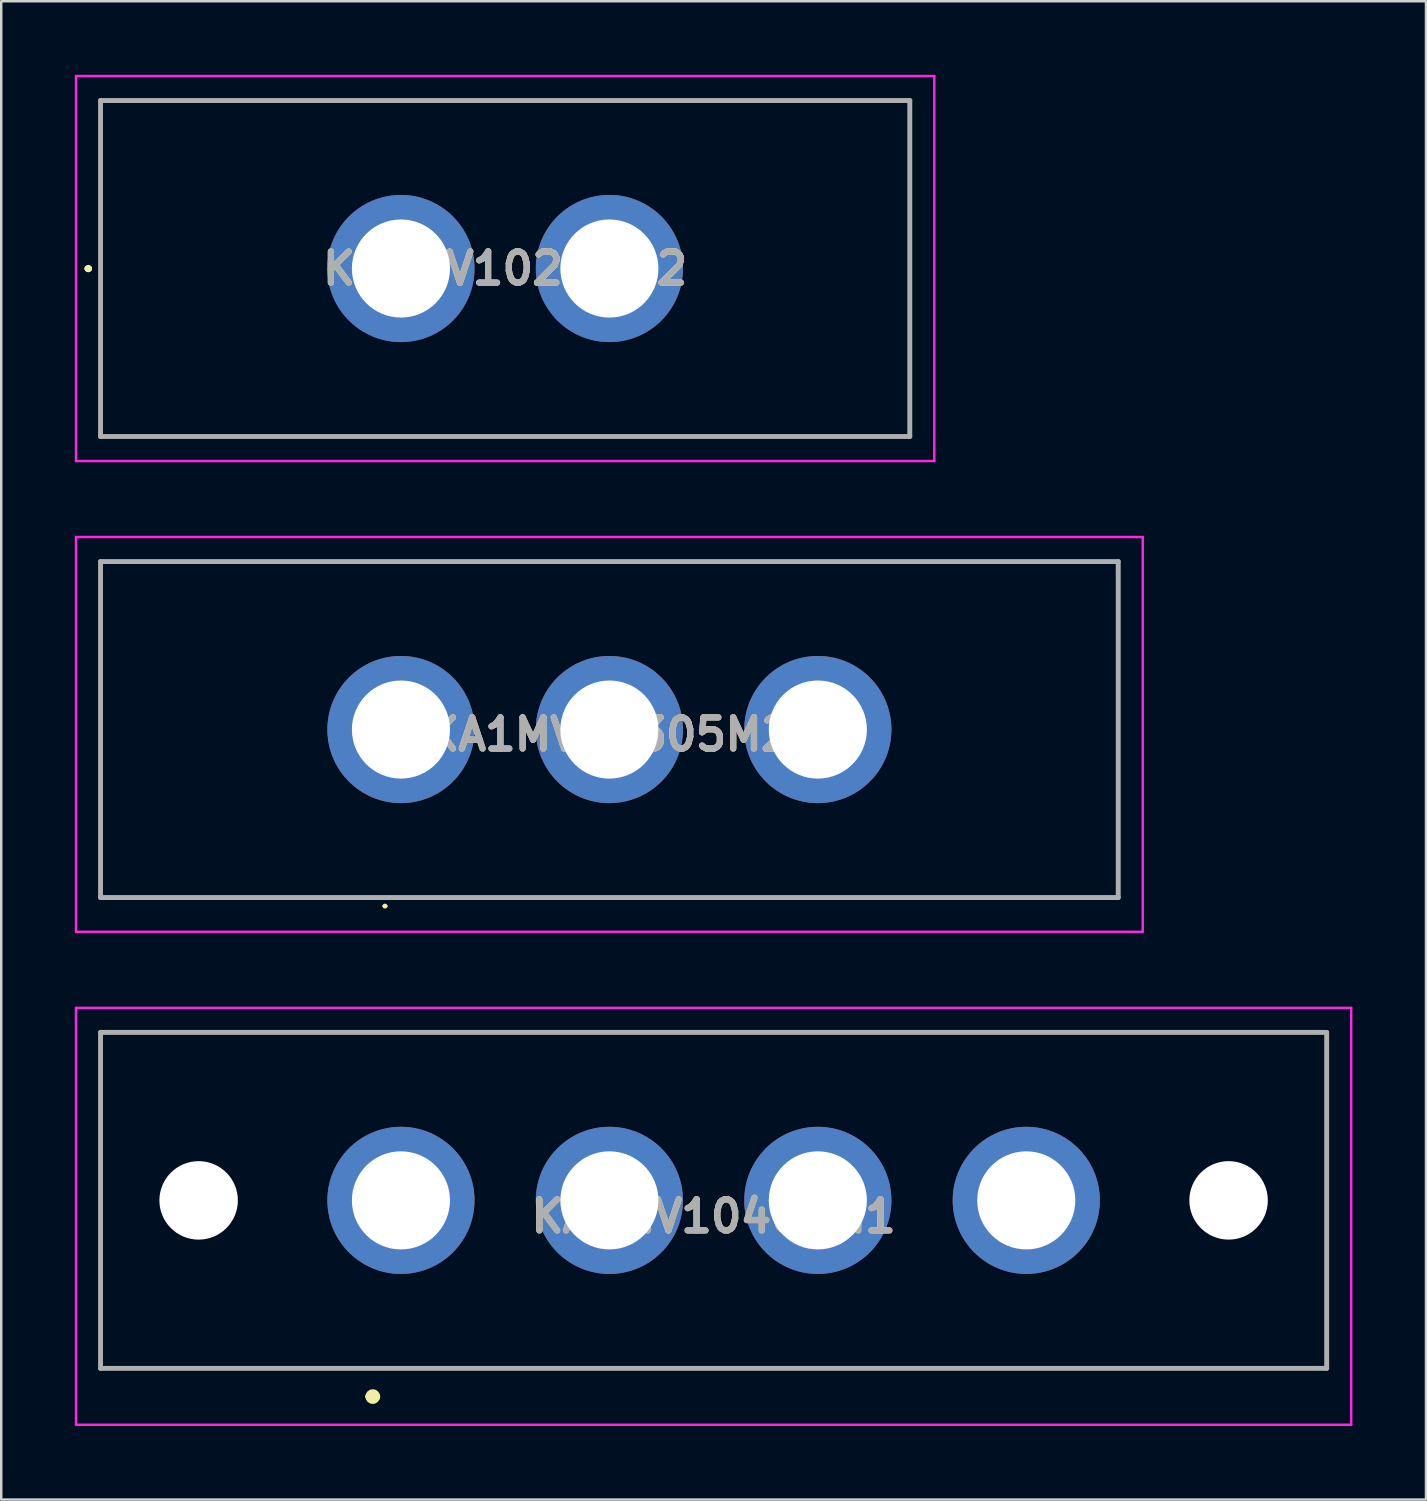
<source format=kicad_pcb>
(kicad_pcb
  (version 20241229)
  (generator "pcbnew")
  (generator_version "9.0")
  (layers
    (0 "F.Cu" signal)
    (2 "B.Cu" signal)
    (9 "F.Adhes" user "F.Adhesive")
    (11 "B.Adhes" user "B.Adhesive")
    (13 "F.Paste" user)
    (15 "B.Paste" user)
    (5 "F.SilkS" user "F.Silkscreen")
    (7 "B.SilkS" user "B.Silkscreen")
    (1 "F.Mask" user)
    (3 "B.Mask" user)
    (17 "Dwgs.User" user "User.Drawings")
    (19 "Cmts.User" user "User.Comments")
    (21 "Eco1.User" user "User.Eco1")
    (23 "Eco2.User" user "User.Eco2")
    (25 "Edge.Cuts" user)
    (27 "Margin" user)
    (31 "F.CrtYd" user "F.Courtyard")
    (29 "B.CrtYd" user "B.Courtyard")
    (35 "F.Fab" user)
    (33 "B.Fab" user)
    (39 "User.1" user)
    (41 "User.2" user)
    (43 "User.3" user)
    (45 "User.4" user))
  (footprint "KA1MV10205M2"
    (layer "F.Cu")
    (at 13.3 7.9)
    (property "Reference" "KA1MV10205M2" (at 4.25 0 0) (layer "F.SilkS") (effects (font (size 1.27 1.27) (thickness 0.254))))
    (attr through_hole)
    (fp_line (start -12.8 0) (end -12.8 0) (stroke (width 0.2) (type solid)) (layer "F.SilkS"))
    (fp_line (start -12.8 0) (end -12.8 0) (stroke (width 0.2) (type solid)) (layer "F.SilkS"))
    (fp_line (start -12.7 0) (end -12.7 0) (stroke (width 0.2) (type solid)) (layer "F.SilkS"))
    (fp_line (start -12.25 -6.85) (end 20.75 -6.85) (stroke (width 0.1) (type solid)) (layer "F.SilkS"))
    (fp_line (start -12.25 6.85) (end -12.25 -6.85) (stroke (width 0.1) (type solid)) (layer "F.SilkS"))
    (fp_line (start 20.75 -6.85) (end 20.75 6.85) (stroke (width 0.1) (type solid)) (layer "F.SilkS"))
    (fp_line (start 20.75 6.85) (end -12.25 6.85) (stroke (width 0.1) (type solid)) (layer "F.SilkS"))
    (fp_arc (start -12.8 0) (mid -12.75 -0.05) (end -12.7 0) (stroke (width 0.2) (type solid)) (layer "F.SilkS"))
    (fp_arc (start -12.7 0) (mid -12.75 0.05) (end -12.8 0) (stroke (width 0.2) (type solid)) (layer "F.SilkS"))
    (fp_arc (start -12.7 0) (mid -12.75 0.05) (end -12.8 0) (stroke (width 0.2) (type solid)) (layer "F.SilkS"))
    (fp_line (start -13.25 -7.85) (end 21.75 -7.85) (stroke (width 0.1) (type solid)) (layer "F.CrtYd"))
    (fp_line (start -13.25 7.85) (end -13.25 -7.85) (stroke (width 0.1) (type solid)) (layer "F.CrtYd"))
    (fp_line (start 21.75 -7.85) (end 21.75 7.85) (stroke (width 0.1) (type solid)) (layer "F.CrtYd"))
    (fp_line (start 21.75 7.85) (end -13.25 7.85) (stroke (width 0.1) (type solid)) (layer "F.CrtYd"))
    (fp_line (start -12.25 -6.85) (end -12.25 6.85) (stroke (width 0.2) (type solid)) (layer "F.Fab"))
    (fp_line (start -12.25 6.85) (end 20.75 6.85) (stroke (width 0.2) (type solid)) (layer "F.Fab"))
    (fp_line (start 20.75 -6.85) (end -12.25 -6.85) (stroke (width 0.2) (type solid)) (layer "F.Fab"))
    (fp_line (start 20.75 6.85) (end 20.75 -6.85) (stroke (width 0.2) (type solid)) (layer "F.Fab"))
    (fp_text user "${REFERENCE}" (at 4.25 0 0) (layer "F.Fab") (effects (font (size 1.27 1.27) (thickness 0.254))))
    (pad "" np_thru_hole circle (at -8.25 0) (size 0.001 0.001) (drill 4.3) (layers "*.Cu" "*.Mask"))
    (pad "" np_thru_hole circle (at 16.75 0) (size 0.001 0.001) (drill 4.3) (layers "*.Cu" "*.Mask"))
    (pad "1" thru_hole circle (at 0 0) (size 6 6) (drill 4) (layers "*.Cu" "*.Mask"))
    (pad "2" thru_hole circle (at 8.5 0) (size 6 6) (drill 4) (layers "*.Cu" "*.Mask")))
  (footprint "KA1MV10305M2"
    (layer "F.Cu")
    (at 13.3 26.7)
    (property "Reference" "KA1MV10305M2" (at 8.5 0.2 0) (layer "F.SilkS") (effects (font (size 1.27 1.27) (thickness 0.254))))
    (attr through_hole)
    (fp_line (start -12.25 -6.85) (end 29.25 -6.85) (stroke (width 0.1) (type solid)) (layer "F.SilkS"))
    (fp_line (start -12.25 6.85) (end -12.25 -6.85) (stroke (width 0.1) (type solid)) (layer "F.SilkS"))
    (fp_line (start -0.7 7.2) (end -0.7 7.2) (stroke (width 0.1) (type solid)) (layer "F.SilkS"))
    (fp_line (start -0.6 7.2) (end -0.6 7.2) (stroke (width 0.1) (type solid)) (layer "F.SilkS"))
    (fp_line (start 29.25 -6.85) (end 29.25 6.85) (stroke (width 0.1) (type solid)) (layer "F.SilkS"))
    (fp_line (start 29.25 6.85) (end -12.25 6.85) (stroke (width 0.1) (type solid)) (layer "F.SilkS"))
    (fp_arc (start -0.7 7.2) (mid -0.65 7.15) (end -0.6 7.2) (stroke (width 0.1) (type solid)) (layer "F.SilkS"))
    (fp_arc (start -0.6 7.2) (mid -0.65 7.25) (end -0.7 7.2) (stroke (width 0.1) (type solid)) (layer "F.SilkS"))
    (fp_line (start -13.25 -7.85) (end 30.25 -7.85) (stroke (width 0.1) (type solid)) (layer "F.CrtYd"))
    (fp_line (start -13.25 8.25) (end -13.25 -7.85) (stroke (width 0.1) (type solid)) (layer "F.CrtYd"))
    (fp_line (start 30.25 -7.85) (end 30.25 8.25) (stroke (width 0.1) (type solid)) (layer "F.CrtYd"))
    (fp_line (start 30.25 8.25) (end -13.25 8.25) (stroke (width 0.1) (type solid)) (layer "F.CrtYd"))
    (fp_line (start -12.25 -6.85) (end 29.25 -6.85) (stroke (width 0.2) (type solid)) (layer "F.Fab"))
    (fp_line (start -12.25 6.85) (end -12.25 -6.85) (stroke (width 0.2) (type solid)) (layer "F.Fab"))
    (fp_line (start 29.25 -6.85) (end 29.25 6.85) (stroke (width 0.2) (type solid)) (layer "F.Fab"))
    (fp_line (start 29.25 6.85) (end -12.25 6.85) (stroke (width 0.2) (type solid)) (layer "F.Fab"))
    (fp_text user "${REFERENCE}" (at 8.5 0.2 0) (layer "F.Fab") (effects (font (size 1.27 1.27) (thickness 0.254))))
    (pad "" np_thru_hole circle (at -8.25 0) (size 0.001 0.001) (drill 4.3) (layers "*.Cu" "*.Mask"))
    (pad "" np_thru_hole circle (at 25.25 0) (size 0.001 0.001) (drill 4.3) (layers "*.Cu" "*.Mask"))
    (pad "1" thru_hole circle (at 0 0) (size 6 6) (drill 4) (layers "*.Cu" "*.Mask"))
    (pad "2" thru_hole circle (at 8.5 0) (size 6 6) (drill 4) (layers "*.Cu" "*.Mask"))
    (pad "3" thru_hole circle (at 17 0) (size 6 6) (drill 4) (layers "*.Cu" "*.Mask")))
  (footprint "KA1MV10405M1"
    (layer "F.Cu")
    (at 13.3 45.9)
    (property "Reference" "KA1MV10405M1" (at 12.75 0.65 0) (layer "F.SilkS") (effects (font (size 1.27 1.27) (thickness 0.254))))
    (attr through_hole)
    (fp_line (start -12.25 -6.85) (end 37.75 -6.85) (stroke (width 0.1) (type solid)) (layer "F.SilkS"))
    (fp_line (start -12.25 6.85) (end -12.25 -6.85) (stroke (width 0.1) (type solid)) (layer "F.SilkS"))
    (fp_line (start -1.3 8) (end -1.3 8) (stroke (width 0.3) (type solid)) (layer "F.SilkS"))
    (fp_line (start -1 8) (end -1 8) (stroke (width 0.3) (type solid)) (layer "F.SilkS"))
    (fp_line (start 37.75 -6.85) (end 37.75 6.85) (stroke (width 0.1) (type solid)) (layer "F.SilkS"))
    (fp_line (start 37.75 6.85) (end -12.25 6.85) (stroke (width 0.1) (type solid)) (layer "F.SilkS"))
    (fp_arc (start -1.3 8) (mid -1.15 7.85) (end -1 8) (stroke (width 0.3) (type solid)) (layer "F.SilkS"))
    (fp_arc (start -1 8) (mid -1.15 8.15) (end -1.3 8) (stroke (width 0.3) (type solid)) (layer "F.SilkS"))
    (fp_line (start -13.25 -7.85) (end 38.75 -7.85) (stroke (width 0.1) (type solid)) (layer "F.CrtYd"))
    (fp_line (start -13.25 9.15) (end -13.25 -7.85) (stroke (width 0.1) (type solid)) (layer "F.CrtYd"))
    (fp_line (start 38.75 -7.85) (end 38.75 9.15) (stroke (width 0.1) (type solid)) (layer "F.CrtYd"))
    (fp_line (start 38.75 9.15) (end -13.25 9.15) (stroke (width 0.1) (type solid)) (layer "F.CrtYd"))
    (fp_line (start -12.25 -6.85) (end 37.75 -6.85) (stroke (width 0.2) (type solid)) (layer "F.Fab"))
    (fp_line (start -12.25 6.85) (end -12.25 -6.85) (stroke (width 0.2) (type solid)) (layer "F.Fab"))
    (fp_line (start 37.75 -6.85) (end 37.75 6.85) (stroke (width 0.2) (type solid)) (layer "F.Fab"))
    (fp_line (start 37.75 6.85) (end -12.25 6.85) (stroke (width 0.2) (type solid)) (layer "F.Fab"))
    (fp_text user "${REFERENCE}" (at 12.75 0.65 0) (layer "F.Fab") (effects (font (size 1.27 1.27) (thickness 0.254))))
    (pad "" np_thru_hole circle (at -8.25 0) (size 3.2 3.2) (drill 3.2) (layers "*.Cu" "*.Mask"))
    (pad "" np_thru_hole circle (at 33.75 0) (size 3.2 3.2) (drill 3.2) (layers "*.Cu" "*.Mask"))
    (pad "1" thru_hole circle (at 0 0) (size 6 6) (drill 4) (layers "*.Cu" "*.Mask"))
    (pad "2" thru_hole circle (at 8.5 0) (size 6 6) (drill 4) (layers "*.Cu" "*.Mask"))
    (pad "3" thru_hole circle (at 17 0) (size 6 6) (drill 4) (layers "*.Cu" "*.Mask"))
    (pad "4" thru_hole circle (at 25.5 0) (size 6 6) (drill 4) (layers "*.Cu" "*.Mask")))
  (gr_rect
    (start -3 -3)
    (end 55.1 58.1)
    (stroke (width 0.1) (type default))
    (fill no)
    (layer "Edge.Cuts")))
</source>
